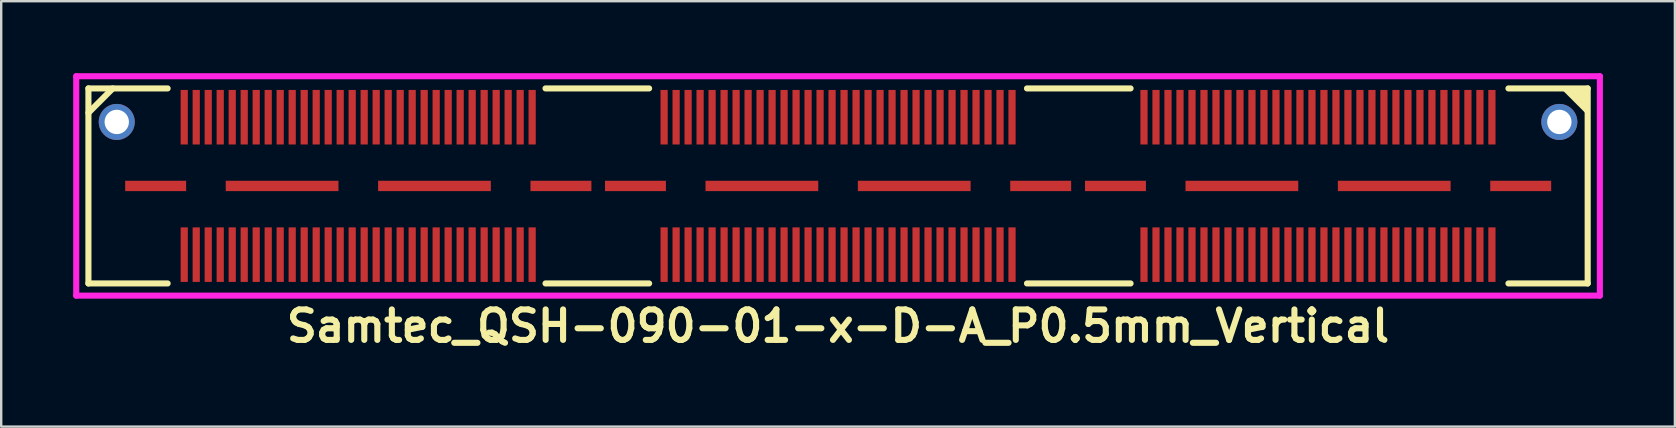
<source format=kicad_pcb>
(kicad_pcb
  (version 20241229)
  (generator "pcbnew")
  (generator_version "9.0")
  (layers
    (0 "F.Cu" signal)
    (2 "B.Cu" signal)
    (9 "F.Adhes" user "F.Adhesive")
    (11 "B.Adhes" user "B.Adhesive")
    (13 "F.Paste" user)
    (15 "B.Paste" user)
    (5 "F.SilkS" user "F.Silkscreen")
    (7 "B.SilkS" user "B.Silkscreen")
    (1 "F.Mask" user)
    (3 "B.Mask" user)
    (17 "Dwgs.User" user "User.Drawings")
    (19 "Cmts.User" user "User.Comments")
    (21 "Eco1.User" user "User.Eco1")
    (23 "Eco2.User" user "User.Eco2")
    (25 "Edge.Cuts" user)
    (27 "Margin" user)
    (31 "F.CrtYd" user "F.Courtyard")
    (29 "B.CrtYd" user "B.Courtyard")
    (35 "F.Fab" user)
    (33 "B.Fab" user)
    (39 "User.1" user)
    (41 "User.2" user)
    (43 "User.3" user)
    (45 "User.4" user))
  (footprint "Samtec_QSH-090-01-x-D-A_P0.5mm_Vertical"
    (layer "F.Cu")
    (at 31.877 4.699)
    (property "Reference" "Samtec_QSH-090-01-x-D-A_P0.5mm_Vertical" (at 0 5.842 0) (layer "F.SilkS") (effects (font (size 1.27 1.27) (thickness 0.254))))
    (attr smd)
    (fp_line (start -31.242 -4.064) (end -27.94 -4.064) (stroke (width 0.254) (type solid)) (layer "F.SilkS"))
    (fp_line (start -31.242 -3.048) (end -30.226 -4.064) (stroke (width 0.254) (type solid)) (layer "F.SilkS"))
    (fp_line (start -31.242 4.064) (end -31.242 -4.064) (stroke (width 0.254) (type solid)) (layer "F.SilkS"))
    (fp_line (start -31.242 4.064) (end -27.94 4.064) (stroke (width 0.254) (type solid)) (layer "F.SilkS"))
    (fp_line (start -12.192 -4.064) (end -7.874 -4.064) (stroke (width 0.254) (type solid)) (layer "F.SilkS"))
    (fp_line (start -12.192 4.064) (end -7.874 4.064) (stroke (width 0.254) (type solid)) (layer "F.SilkS"))
    (fp_line (start 7.874 -4.064) (end 12.192 -4.064) (stroke (width 0.254) (type solid)) (layer "F.SilkS"))
    (fp_line (start 7.874 4.064) (end 12.192 4.064) (stroke (width 0.254) (type solid)) (layer "F.SilkS"))
    (fp_line (start 27.94 -4.064) (end 31.242 -4.064) (stroke (width 0.254) (type solid)) (layer "F.SilkS"))
    (fp_line (start 27.94 4.064) (end 31.242 4.064) (stroke (width 0.254) (type solid)) (layer "F.SilkS"))
    (fp_line (start 31.242 4.064) (end 31.242 -4.064) (stroke (width 0.254) (type solid)) (layer "F.SilkS"))
    (fp_poly (pts (xy 30.226 -4.064) (xy 31.242 -3.048) (xy 31.242 -4.064)) (stroke (width 0.15) (type solid)) (fill yes) (layer "F.SilkS"))
    (fp_line (start -31.75 -4.572) (end 31.75 -4.572) (stroke (width 0.254) (type solid)) (layer "F.CrtYd"))
    (fp_line (start -31.75 4.572) (end -31.75 -4.572) (stroke (width 0.254) (type solid)) (layer "F.CrtYd"))
    (fp_line (start 31.75 -4.572) (end 31.75 4.572) (stroke (width 0.254) (type solid)) (layer "F.CrtYd"))
    (fp_line (start 31.75 4.572) (end -31.75 4.572) (stroke (width 0.254) (type solid)) (layer "F.CrtYd"))
    (pad "" np_thru_hole circle (at -30.061 -2.667) (size 1.501 1.501) (drill 1.016) (layers "*.Cu" "*.Mask"))
    (pad "" np_thru_hole circle (at 30.061 -2.667) (size 1.501 1.501) (drill 1.016) (layers "*.Cu" "*.Mask"))
    (pad "1" smd rect (at -27.249 2.864) (size 0.3 2.273) (layers "F.Cu" "F.Mask" "F.Paste"))
    (pad "2" smd rect (at -27.249 -2.864) (size 0.3 2.273) (layers "F.Cu" "F.Mask" "F.Paste"))
    (pad "3" smd rect (at -26.749 2.864) (size 0.3 2.273) (layers "F.Cu" "F.Mask" "F.Paste"))
    (pad "4" smd rect (at -26.749 -2.864) (size 0.3 2.273) (layers "F.Cu" "F.Mask" "F.Paste"))
    (pad "5" smd rect (at -26.249 2.864) (size 0.3 2.273) (layers "F.Cu" "F.Mask" "F.Paste"))
    (pad "6" smd rect (at -26.249 -2.864) (size 0.3 2.273) (layers "F.Cu" "F.Mask" "F.Paste"))
    (pad "7" smd rect (at -25.749 2.864) (size 0.3 2.273) (layers "F.Cu" "F.Mask" "F.Paste"))
    (pad "8" smd rect (at -25.749 -2.864) (size 0.3 2.273) (layers "F.Cu" "F.Mask" "F.Paste"))
    (pad "9" smd rect (at -25.249 2.864) (size 0.3 2.273) (layers "F.Cu" "F.Mask" "F.Paste"))
    (pad "10" smd rect (at -25.249 -2.864) (size 0.3 2.273) (layers "F.Cu" "F.Mask" "F.Paste"))
    (pad "11" smd rect (at -24.749 2.864) (size 0.3 2.273) (layers "F.Cu" "F.Mask" "F.Paste"))
    (pad "12" smd rect (at -24.749 -2.864) (size 0.3 2.273) (layers "F.Cu" "F.Mask" "F.Paste"))
    (pad "13" smd rect (at -24.249 2.864) (size 0.3 2.273) (layers "F.Cu" "F.Mask" "F.Paste"))
    (pad "14" smd rect (at -24.249 -2.864) (size 0.3 2.273) (layers "F.Cu" "F.Mask" "F.Paste"))
    (pad "15" smd rect (at -23.749 2.864) (size 0.3 2.273) (layers "F.Cu" "F.Mask" "F.Paste"))
    (pad "16" smd rect (at -23.749 -2.864) (size 0.3 2.273) (layers "F.Cu" "F.Mask" "F.Paste"))
    (pad "17" smd rect (at -23.249 2.864) (size 0.3 2.273) (layers "F.Cu" "F.Mask" "F.Paste"))
    (pad "18" smd rect (at -23.249 -2.864) (size 0.3 2.273) (layers "F.Cu" "F.Mask" "F.Paste"))
    (pad "19" smd rect (at -22.749 2.864) (size 0.3 2.273) (layers "F.Cu" "F.Mask" "F.Paste"))
    (pad "20" smd rect (at -22.749 -2.864) (size 0.3 2.273) (layers "F.Cu" "F.Mask" "F.Paste"))
    (pad "21" smd rect (at -22.249 2.864) (size 0.3 2.273) (layers "F.Cu" "F.Mask" "F.Paste"))
    (pad "22" smd rect (at -22.249 -2.864) (size 0.3 2.273) (layers "F.Cu" "F.Mask" "F.Paste"))
    (pad "23" smd rect (at -21.749 2.864) (size 0.3 2.273) (layers "F.Cu" "F.Mask" "F.Paste"))
    (pad "24" smd rect (at -21.749 -2.864) (size 0.3 2.273) (layers "F.Cu" "F.Mask" "F.Paste"))
    (pad "25" smd rect (at -21.249 2.864) (size 0.3 2.273) (layers "F.Cu" "F.Mask" "F.Paste"))
    (pad "26" smd rect (at -21.249 -2.864) (size 0.3 2.273) (layers "F.Cu" "F.Mask" "F.Paste"))
    (pad "27" smd rect (at -20.749 2.864) (size 0.3 2.273) (layers "F.Cu" "F.Mask" "F.Paste"))
    (pad "28" smd rect (at -20.749 -2.864) (size 0.3 2.273) (layers "F.Cu" "F.Mask" "F.Paste"))
    (pad "29" smd rect (at -20.249 2.864) (size 0.3 2.273) (layers "F.Cu" "F.Mask" "F.Paste"))
    (pad "30" smd rect (at -20.249 -2.864) (size 0.3 2.273) (layers "F.Cu" "F.Mask" "F.Paste"))
    (pad "31" smd rect (at -19.749 2.864) (size 0.3 2.273) (layers "F.Cu" "F.Mask" "F.Paste"))
    (pad "32" smd rect (at -19.749 -2.864) (size 0.3 2.273) (layers "F.Cu" "F.Mask" "F.Paste"))
    (pad "33" smd rect (at -19.249 2.864) (size 0.3 2.273) (layers "F.Cu" "F.Mask" "F.Paste"))
    (pad "34" smd rect (at -19.249 -2.864) (size 0.3 2.273) (layers "F.Cu" "F.Mask" "F.Paste"))
    (pad "35" smd rect (at -18.749 2.864) (size 0.3 2.273) (layers "F.Cu" "F.Mask" "F.Paste"))
    (pad "36" smd rect (at -18.749 -2.864) (size 0.3 2.273) (layers "F.Cu" "F.Mask" "F.Paste"))
    (pad "37" smd rect (at -18.249 2.864) (size 0.3 2.273) (layers "F.Cu" "F.Mask" "F.Paste"))
    (pad "38" smd rect (at -18.249 -2.864) (size 0.3 2.273) (layers "F.Cu" "F.Mask" "F.Paste"))
    (pad "39" smd rect (at -17.749 2.864) (size 0.3 2.273) (layers "F.Cu" "F.Mask" "F.Paste"))
    (pad "40" smd rect (at -17.749 -2.864) (size 0.3 2.273) (layers "F.Cu" "F.Mask" "F.Paste"))
    (pad "41" smd rect (at -17.249 2.864) (size 0.3 2.273) (layers "F.Cu" "F.Mask" "F.Paste"))
    (pad "42" smd rect (at -17.249 -2.864) (size 0.3 2.273) (layers "F.Cu" "F.Mask" "F.Paste"))
    (pad "43" smd rect (at -16.749 2.864) (size 0.3 2.273) (layers "F.Cu" "F.Mask" "F.Paste"))
    (pad "44" smd rect (at -16.749 -2.864) (size 0.3 2.273) (layers "F.Cu" "F.Mask" "F.Paste"))
    (pad "45" smd rect (at -16.249 2.864) (size 0.3 2.273) (layers "F.Cu" "F.Mask" "F.Paste"))
    (pad "46" smd rect (at -16.249 -2.864) (size 0.3 2.273) (layers "F.Cu" "F.Mask" "F.Paste"))
    (pad "47" smd rect (at -15.749 2.864) (size 0.3 2.273) (layers "F.Cu" "F.Mask" "F.Paste"))
    (pad "48" smd rect (at -15.749 -2.864) (size 0.3 2.273) (layers "F.Cu" "F.Mask" "F.Paste"))
    (pad "49" smd rect (at -15.249 2.864) (size 0.3 2.273) (layers "F.Cu" "F.Mask" "F.Paste"))
    (pad "50" smd rect (at -15.249 -2.864) (size 0.3 2.273) (layers "F.Cu" "F.Mask" "F.Paste"))
    (pad "51" smd rect (at -14.749 2.864) (size 0.3 2.273) (layers "F.Cu" "F.Mask" "F.Paste"))
    (pad "52" smd rect (at -14.749 -2.864) (size 0.3 2.273) (layers "F.Cu" "F.Mask" "F.Paste"))
    (pad "53" smd rect (at -14.249 2.864) (size 0.3 2.273) (layers "F.Cu" "F.Mask" "F.Paste"))
    (pad "54" smd rect (at -14.249 -2.864) (size 0.3 2.273) (layers "F.Cu" "F.Mask" "F.Paste"))
    (pad "55" smd rect (at -13.749 2.864) (size 0.3 2.273) (layers "F.Cu" "F.Mask" "F.Paste"))
    (pad "56" smd rect (at -13.749 -2.864) (size 0.3 2.273) (layers "F.Cu" "F.Mask" "F.Paste"))
    (pad "57" smd rect (at -13.249 2.864) (size 0.3 2.273) (layers "F.Cu" "F.Mask" "F.Paste"))
    (pad "58" smd rect (at -13.249 -2.864) (size 0.3 2.273) (layers "F.Cu" "F.Mask" "F.Paste"))
    (pad "59" smd rect (at -12.749 2.864) (size 0.3 2.273) (layers "F.Cu" "F.Mask" "F.Paste"))
    (pad "60" smd rect (at -12.749 -2.864) (size 0.3 2.273) (layers "F.Cu" "F.Mask" "F.Paste"))
    (pad "61" smd rect (at -7.249 2.864) (size 0.3 2.273) (layers "F.Cu" "F.Mask" "F.Paste"))
    (pad "62" smd rect (at -7.249 -2.864) (size 0.3 2.273) (layers "F.Cu" "F.Mask" "F.Paste"))
    (pad "63" smd rect (at -6.749 2.864) (size 0.3 2.273) (layers "F.Cu" "F.Mask" "F.Paste"))
    (pad "64" smd rect (at -6.749 -2.864) (size 0.3 2.273) (layers "F.Cu" "F.Mask" "F.Paste"))
    (pad "65" smd rect (at -6.249 2.864) (size 0.3 2.273) (layers "F.Cu" "F.Mask" "F.Paste"))
    (pad "66" smd rect (at -6.249 -2.864) (size 0.3 2.273) (layers "F.Cu" "F.Mask" "F.Paste"))
    (pad "67" smd rect (at -5.749 2.864) (size 0.3 2.273) (layers "F.Cu" "F.Mask" "F.Paste"))
    (pad "68" smd rect (at -5.749 -2.864) (size 0.3 2.273) (layers "F.Cu" "F.Mask" "F.Paste"))
    (pad "69" smd rect (at -5.249 2.864) (size 0.3 2.273) (layers "F.Cu" "F.Mask" "F.Paste"))
    (pad "70" smd rect (at -5.249 -2.864) (size 0.3 2.273) (layers "F.Cu" "F.Mask" "F.Paste"))
    (pad "71" smd rect (at -4.749 2.864) (size 0.3 2.273) (layers "F.Cu" "F.Mask" "F.Paste"))
    (pad "72" smd rect (at -4.749 -2.864) (size 0.3 2.273) (layers "F.Cu" "F.Mask" "F.Paste"))
    (pad "73" smd rect (at -4.249 2.864) (size 0.3 2.273) (layers "F.Cu" "F.Mask" "F.Paste"))
    (pad "74" smd rect (at -4.249 -2.864) (size 0.3 2.273) (layers "F.Cu" "F.Mask" "F.Paste"))
    (pad "75" smd rect (at -3.749 2.864) (size 0.3 2.273) (layers "F.Cu" "F.Mask" "F.Paste"))
    (pad "76" smd rect (at -3.749 -2.864) (size 0.3 2.273) (layers "F.Cu" "F.Mask" "F.Paste"))
    (pad "77" smd rect (at -3.249 2.864) (size 0.3 2.273) (layers "F.Cu" "F.Mask" "F.Paste"))
    (pad "78" smd rect (at -3.249 -2.864) (size 0.3 2.273) (layers "F.Cu" "F.Mask" "F.Paste"))
    (pad "79" smd rect (at -2.749 2.864) (size 0.3 2.273) (layers "F.Cu" "F.Mask" "F.Paste"))
    (pad "80" smd rect (at -2.749 -2.864) (size 0.3 2.273) (layers "F.Cu" "F.Mask" "F.Paste"))
    (pad "81" smd rect (at -2.249 2.864) (size 0.3 2.273) (layers "F.Cu" "F.Mask" "F.Paste"))
    (pad "82" smd rect (at -2.249 -2.864) (size 0.3 2.273) (layers "F.Cu" "F.Mask" "F.Paste"))
    (pad "83" smd rect (at -1.749 2.864) (size 0.3 2.273) (layers "F.Cu" "F.Mask" "F.Paste"))
    (pad "84" smd rect (at -1.749 -2.864) (size 0.3 2.273) (layers "F.Cu" "F.Mask" "F.Paste"))
    (pad "85" smd rect (at -1.249 2.864) (size 0.3 2.273) (layers "F.Cu" "F.Mask" "F.Paste"))
    (pad "86" smd rect (at -1.249 -2.864) (size 0.3 2.273) (layers "F.Cu" "F.Mask" "F.Paste"))
    (pad "87" smd rect (at -0.749 2.864) (size 0.3 2.273) (layers "F.Cu" "F.Mask" "F.Paste"))
    (pad "88" smd rect (at -0.749 -2.864) (size 0.3 2.273) (layers "F.Cu" "F.Mask" "F.Paste"))
    (pad "89" smd rect (at -0.249 2.864) (size 0.3 2.273) (layers "F.Cu" "F.Mask" "F.Paste"))
    (pad "90" smd rect (at -0.249 -2.864) (size 0.3 2.273) (layers "F.Cu" "F.Mask" "F.Paste"))
    (pad "91" smd rect (at 0.251 2.864) (size 0.3 2.273) (layers "F.Cu" "F.Mask" "F.Paste"))
    (pad "92" smd rect (at 0.251 -2.864) (size 0.3 2.273) (layers "F.Cu" "F.Mask" "F.Paste"))
    (pad "93" smd rect (at 0.751 2.864) (size 0.3 2.273) (layers "F.Cu" "F.Mask" "F.Paste"))
    (pad "94" smd rect (at 0.751 -2.864) (size 0.3 2.273) (layers "F.Cu" "F.Mask" "F.Paste"))
    (pad "95" smd rect (at 1.251 2.864) (size 0.3 2.273) (layers "F.Cu" "F.Mask" "F.Paste"))
    (pad "96" smd rect (at 1.251 -2.864) (size 0.3 2.273) (layers "F.Cu" "F.Mask" "F.Paste"))
    (pad "97" smd rect (at 1.751 2.864) (size 0.3 2.273) (layers "F.Cu" "F.Mask" "F.Paste"))
    (pad "98" smd rect (at 1.751 -2.864) (size 0.3 2.273) (layers "F.Cu" "F.Mask" "F.Paste"))
    (pad "99" smd rect (at 2.251 2.864) (size 0.3 2.273) (layers "F.Cu" "F.Mask" "F.Paste"))
    (pad "100" smd rect (at 2.251 -2.864) (size 0.3 2.273) (layers "F.Cu" "F.Mask" "F.Paste"))
    (pad "101" smd rect (at 2.751 2.864) (size 0.3 2.273) (layers "F.Cu" "F.Mask" "F.Paste"))
    (pad "102" smd rect (at 2.751 -2.864) (size 0.3 2.273) (layers "F.Cu" "F.Mask" "F.Paste"))
    (pad "103" smd rect (at 3.251 2.864) (size 0.3 2.273) (layers "F.Cu" "F.Mask" "F.Paste"))
    (pad "104" smd rect (at 3.251 -2.864) (size 0.3 2.273) (layers "F.Cu" "F.Mask" "F.Paste"))
    (pad "105" smd rect (at 3.751 2.864) (size 0.3 2.273) (layers "F.Cu" "F.Mask" "F.Paste"))
    (pad "106" smd rect (at 3.751 -2.864) (size 0.3 2.273) (layers "F.Cu" "F.Mask" "F.Paste"))
    (pad "107" smd rect (at 4.251 2.864) (size 0.3 2.273) (layers "F.Cu" "F.Mask" "F.Paste"))
    (pad "108" smd rect (at 4.251 -2.864) (size 0.3 2.273) (layers "F.Cu" "F.Mask" "F.Paste"))
    (pad "109" smd rect (at 4.751 2.864) (size 0.3 2.273) (layers "F.Cu" "F.Mask" "F.Paste"))
    (pad "110" smd rect (at 4.751 -2.864) (size 0.3 2.273) (layers "F.Cu" "F.Mask" "F.Paste"))
    (pad "111" smd rect (at 5.251 2.864) (size 0.3 2.273) (layers "F.Cu" "F.Mask" "F.Paste"))
    (pad "112" smd rect (at 5.251 -2.864) (size 0.3 2.273) (layers "F.Cu" "F.Mask" "F.Paste"))
    (pad "113" smd rect (at 5.751 2.864) (size 0.3 2.273) (layers "F.Cu" "F.Mask" "F.Paste"))
    (pad "114" smd rect (at 5.751 -2.864) (size 0.3 2.273) (layers "F.Cu" "F.Mask" "F.Paste"))
    (pad "115" smd rect (at 6.251 2.864) (size 0.3 2.273) (layers "F.Cu" "F.Mask" "F.Paste"))
    (pad "116" smd rect (at 6.251 -2.864) (size 0.3 2.273) (layers "F.Cu" "F.Mask" "F.Paste"))
    (pad "117" smd rect (at 6.751 2.864) (size 0.3 2.273) (layers "F.Cu" "F.Mask" "F.Paste"))
    (pad "118" smd rect (at 6.751 -2.864) (size 0.3 2.273) (layers "F.Cu" "F.Mask" "F.Paste"))
    (pad "119" smd rect (at 7.251 2.864) (size 0.3 2.273) (layers "F.Cu" "F.Mask" "F.Paste"))
    (pad "120" smd rect (at 7.251 -2.864) (size 0.3 2.273) (layers "F.Cu" "F.Mask" "F.Paste"))
    (pad "121" smd rect (at 12.751 2.864) (size 0.3 2.273) (layers "F.Cu" "F.Mask" "F.Paste"))
    (pad "122" smd rect (at 12.751 -2.864) (size 0.3 2.273) (layers "F.Cu" "F.Mask" "F.Paste"))
    (pad "123" smd rect (at 13.251 2.864) (size 0.3 2.273) (layers "F.Cu" "F.Mask" "F.Paste"))
    (pad "124" smd rect (at 13.251 -2.864) (size 0.3 2.273) (layers "F.Cu" "F.Mask" "F.Paste"))
    (pad "125" smd rect (at 13.751 2.864) (size 0.3 2.273) (layers "F.Cu" "F.Mask" "F.Paste"))
    (pad "126" smd rect (at 13.751 -2.864) (size 0.3 2.273) (layers "F.Cu" "F.Mask" "F.Paste"))
    (pad "127" smd rect (at 14.251 2.864) (size 0.3 2.273) (layers "F.Cu" "F.Mask" "F.Paste"))
    (pad "128" smd rect (at 14.251 -2.864) (size 0.3 2.273) (layers "F.Cu" "F.Mask" "F.Paste"))
    (pad "129" smd rect (at 14.751 2.864) (size 0.3 2.273) (layers "F.Cu" "F.Mask" "F.Paste"))
    (pad "130" smd rect (at 14.751 -2.864) (size 0.3 2.273) (layers "F.Cu" "F.Mask" "F.Paste"))
    (pad "131" smd rect (at 15.251 2.864) (size 0.3 2.273) (layers "F.Cu" "F.Mask" "F.Paste"))
    (pad "132" smd rect (at 15.251 -2.864) (size 0.3 2.273) (layers "F.Cu" "F.Mask" "F.Paste"))
    (pad "133" smd rect (at 15.751 2.864) (size 0.3 2.273) (layers "F.Cu" "F.Mask" "F.Paste"))
    (pad "134" smd rect (at 15.751 -2.864) (size 0.3 2.273) (layers "F.Cu" "F.Mask" "F.Paste"))
    (pad "135" smd rect (at 16.251 2.864) (size 0.3 2.273) (layers "F.Cu" "F.Mask" "F.Paste"))
    (pad "136" smd rect (at 16.251 -2.864) (size 0.3 2.273) (layers "F.Cu" "F.Mask" "F.Paste"))
    (pad "137" smd rect (at 16.751 2.864) (size 0.3 2.273) (layers "F.Cu" "F.Mask" "F.Paste"))
    (pad "138" smd rect (at 16.751 -2.864) (size 0.3 2.273) (layers "F.Cu" "F.Mask" "F.Paste"))
    (pad "139" smd rect (at 17.251 2.864) (size 0.3 2.273) (layers "F.Cu" "F.Mask" "F.Paste"))
    (pad "140" smd rect (at 17.251 -2.864) (size 0.3 2.273) (layers "F.Cu" "F.Mask" "F.Paste"))
    (pad "141" smd rect (at 17.751 2.864) (size 0.3 2.273) (layers "F.Cu" "F.Mask" "F.Paste"))
    (pad "142" smd rect (at 17.751 -2.864) (size 0.3 2.273) (layers "F.Cu" "F.Mask" "F.Paste"))
    (pad "143" smd rect (at 18.251 2.864) (size 0.3 2.273) (layers "F.Cu" "F.Mask" "F.Paste"))
    (pad "144" smd rect (at 18.251 -2.864) (size 0.3 2.273) (layers "F.Cu" "F.Mask" "F.Paste"))
    (pad "145" smd rect (at 18.751 2.864) (size 0.3 2.273) (layers "F.Cu" "F.Mask" "F.Paste"))
    (pad "146" smd rect (at 18.751 -2.864) (size 0.3 2.273) (layers "F.Cu" "F.Mask" "F.Paste"))
    (pad "147" smd rect (at 19.251 2.864) (size 0.3 2.273) (layers "F.Cu" "F.Mask" "F.Paste"))
    (pad "148" smd rect (at 19.251 -2.864) (size 0.3 2.273) (layers "F.Cu" "F.Mask" "F.Paste"))
    (pad "149" smd rect (at 19.751 2.864) (size 0.3 2.273) (layers "F.Cu" "F.Mask" "F.Paste"))
    (pad "150" smd rect (at 19.751 -2.864) (size 0.3 2.273) (layers "F.Cu" "F.Mask" "F.Paste"))
    (pad "151" smd rect (at 20.251 2.864) (size 0.3 2.273) (layers "F.Cu" "F.Mask" "F.Paste"))
    (pad "152" smd rect (at 20.251 -2.864) (size 0.3 2.273) (layers "F.Cu" "F.Mask" "F.Paste"))
    (pad "153" smd rect (at 20.751 2.864) (size 0.3 2.273) (layers "F.Cu" "F.Mask" "F.Paste"))
    (pad "154" smd rect (at 20.751 -2.864) (size 0.3 2.273) (layers "F.Cu" "F.Mask" "F.Paste"))
    (pad "155" smd rect (at 21.251 2.864) (size 0.3 2.273) (layers "F.Cu" "F.Mask" "F.Paste"))
    (pad "156" smd rect (at 21.251 -2.864) (size 0.3 2.273) (layers "F.Cu" "F.Mask" "F.Paste"))
    (pad "157" smd rect (at 21.751 2.864) (size 0.3 2.273) (layers "F.Cu" "F.Mask" "F.Paste"))
    (pad "158" smd rect (at 21.751 -2.864) (size 0.3 2.273) (layers "F.Cu" "F.Mask" "F.Paste"))
    (pad "159" smd rect (at 22.251 2.864) (size 0.3 2.273) (layers "F.Cu" "F.Mask" "F.Paste"))
    (pad "160" smd rect (at 22.251 -2.864) (size 0.3 2.273) (layers "F.Cu" "F.Mask" "F.Paste"))
    (pad "161" smd rect (at 22.751 2.864) (size 0.3 2.273) (layers "F.Cu" "F.Mask" "F.Paste"))
    (pad "162" smd rect (at 22.751 -2.864) (size 0.3 2.273) (layers "F.Cu" "F.Mask" "F.Paste"))
    (pad "163" smd rect (at 23.251 2.864) (size 0.3 2.273) (layers "F.Cu" "F.Mask" "F.Paste"))
    (pad "164" smd rect (at 23.251 -2.864) (size 0.3 2.273) (layers "F.Cu" "F.Mask" "F.Paste"))
    (pad "165" smd rect (at 23.751 2.864) (size 0.3 2.273) (layers "F.Cu" "F.Mask" "F.Paste"))
    (pad "166" smd rect (at 23.751 -2.864) (size 0.3 2.273) (layers "F.Cu" "F.Mask" "F.Paste"))
    (pad "167" smd rect (at 24.251 2.864) (size 0.3 2.273) (layers "F.Cu" "F.Mask" "F.Paste"))
    (pad "168" smd rect (at 24.251 -2.864) (size 0.3 2.273) (layers "F.Cu" "F.Mask" "F.Paste"))
    (pad "169" smd rect (at 24.751 2.864) (size 0.3 2.273) (layers "F.Cu" "F.Mask" "F.Paste"))
    (pad "170" smd rect (at 24.751 -2.864) (size 0.3 2.273) (layers "F.Cu" "F.Mask" "F.Paste"))
    (pad "171" smd rect (at 25.251 2.864) (size 0.3 2.273) (layers "F.Cu" "F.Mask" "F.Paste"))
    (pad "172" smd rect (at 25.251 -2.864) (size 0.3 2.273) (layers "F.Cu" "F.Mask" "F.Paste"))
    (pad "173" smd rect (at 25.751 2.864) (size 0.3 2.273) (layers "F.Cu" "F.Mask" "F.Paste"))
    (pad "174" smd rect (at 25.751 -2.864) (size 0.3 2.273) (layers "F.Cu" "F.Mask" "F.Paste"))
    (pad "175" smd rect (at 26.251 2.864) (size 0.3 2.273) (layers "F.Cu" "F.Mask" "F.Paste"))
    (pad "176" smd rect (at 26.251 -2.864) (size 0.3 2.273) (layers "F.Cu" "F.Mask" "F.Paste"))
    (pad "177" smd rect (at 26.751 2.864) (size 0.3 2.273) (layers "F.Cu" "F.Mask" "F.Paste"))
    (pad "178" smd rect (at 26.751 -2.864) (size 0.3 2.273) (layers "F.Cu" "F.Mask" "F.Paste"))
    (pad "179" smd rect (at 27.251 2.864) (size 0.3 2.273) (layers "F.Cu" "F.Mask" "F.Paste"))
    (pad "180" smd rect (at 27.251 -2.864) (size 0.3 2.273) (layers "F.Cu" "F.Mask" "F.Paste"))
    (pad "181" smd rect (at -28.44 0) (size 2.54 0.432) (layers "F.Cu" "F.Mask" "F.Paste"))
    (pad "182" smd rect (at -23.17 0) (size 4.699 0.432) (layers "F.Cu" "F.Mask" "F.Paste"))
    (pad "183" smd rect (at -16.82 0) (size 4.699 0.432) (layers "F.Cu" "F.Mask" "F.Paste"))
    (pad "184" smd rect (at -11.549 0) (size 2.54 0.432) (layers "F.Cu" "F.Mask" "F.Paste"))
    (pad "185" smd rect (at -8.443 0) (size 2.54 0.432) (layers "F.Cu" "F.Mask" "F.Paste"))
    (pad "186" smd rect (at -3.175 0) (size 4.699 0.432) (layers "F.Cu" "F.Mask" "F.Paste"))
    (pad "187" smd rect (at 3.175 0) (size 4.699 0.432) (layers "F.Cu" "F.Mask" "F.Paste"))
    (pad "188" smd rect (at 8.445 0) (size 2.54 0.432) (layers "F.Cu" "F.Mask" "F.Paste"))
    (pad "189" smd rect (at 11.562 0) (size 2.54 0.432) (layers "F.Cu" "F.Mask" "F.Paste"))
    (pad "190" smd rect (at 16.83 0) (size 4.699 0.432) (layers "F.Cu" "F.Mask" "F.Paste"))
    (pad "191" smd rect (at 23.18 0) (size 4.699 0.432) (layers "F.Cu" "F.Mask" "F.Paste"))
    (pad "192" smd rect (at 28.451 0) (size 2.54 0.432) (layers "F.Cu" "F.Mask" "F.Paste")))
  (gr_rect
    (start -3 -3)
    (end 66.754 14.73)
    (stroke (width 0.1) (type default))
    (fill no)
    (layer "Edge.Cuts")))
</source>
